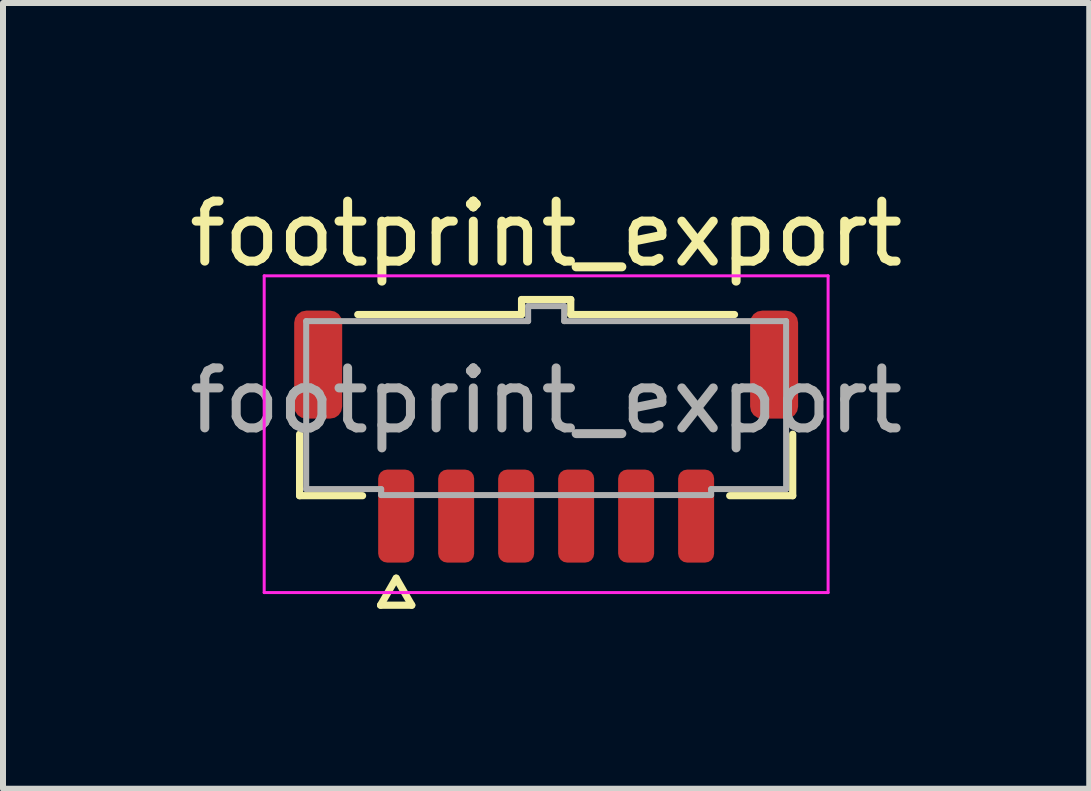
<source format=kicad_pcb>
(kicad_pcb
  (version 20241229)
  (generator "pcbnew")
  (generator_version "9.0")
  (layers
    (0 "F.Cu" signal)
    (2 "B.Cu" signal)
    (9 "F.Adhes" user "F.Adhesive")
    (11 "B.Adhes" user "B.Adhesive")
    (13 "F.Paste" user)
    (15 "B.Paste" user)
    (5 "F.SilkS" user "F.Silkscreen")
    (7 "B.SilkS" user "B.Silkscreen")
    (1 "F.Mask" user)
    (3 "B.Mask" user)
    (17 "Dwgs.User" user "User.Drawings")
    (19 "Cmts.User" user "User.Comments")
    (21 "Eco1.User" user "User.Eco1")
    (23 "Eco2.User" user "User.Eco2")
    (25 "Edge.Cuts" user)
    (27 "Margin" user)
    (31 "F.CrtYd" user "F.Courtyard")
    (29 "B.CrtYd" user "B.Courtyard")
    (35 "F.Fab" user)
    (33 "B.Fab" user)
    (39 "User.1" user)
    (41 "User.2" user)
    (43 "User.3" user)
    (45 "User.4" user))
  (footprint "footprint_export"
    (layer "F.Cu")
    (at 6.054 3.628)
    (property "Reference" "footprint_export" (at 0 -2.78 0) (layer "F.SilkS") (effects (font (size 1 1) (thickness 0.15))))
    (attr smd)
    (fp_line (start -4.11 1.585) (end -4.11 0.56) (stroke (width 0.12) (type solid)) (layer "F.SilkS"))
    (fp_line (start -3.14 -1.435) (end -0.41 -1.435) (stroke (width 0.12) (type solid)) (layer "F.SilkS"))
    (fp_line (start -3.06 1.585) (end -4.11 1.585) (stroke (width 0.12) (type solid)) (layer "F.SilkS"))
    (fp_line (start -2.76 3.41) (end -2.5 2.96) (stroke (width 0.12) (type solid)) (layer "F.SilkS"))
    (fp_line (start -2.5 2.96) (end -2.24 3.41) (stroke (width 0.12) (type solid)) (layer "F.SilkS"))
    (fp_line (start -2.24 3.41) (end -2.76 3.41) (stroke (width 0.12) (type solid)) (layer "F.SilkS"))
    (fp_line (start -0.41 -1.685) (end 0.41 -1.685) (stroke (width 0.12) (type solid)) (layer "F.SilkS"))
    (fp_line (start -0.41 -1.435) (end -0.41 -1.685) (stroke (width 0.12) (type solid)) (layer "F.SilkS"))
    (fp_line (start 0.41 -1.685) (end 0.41 -1.435) (stroke (width 0.12) (type solid)) (layer "F.SilkS"))
    (fp_line (start 0.41 -1.435) (end 3.14 -1.435) (stroke (width 0.12) (type solid)) (layer "F.SilkS"))
    (fp_line (start 4.11 0.56) (end 4.11 1.585) (stroke (width 0.12) (type solid)) (layer "F.SilkS"))
    (fp_line (start 4.11 1.585) (end 3.06 1.585) (stroke (width 0.12) (type solid)) (layer "F.SilkS"))
    (fp_line (start -4.7 -2.08) (end -4.7 3.2) (stroke (width 0.05) (type solid)) (layer "F.CrtYd"))
    (fp_line (start -4.7 3.2) (end 4.7 3.2) (stroke (width 0.05) (type solid)) (layer "F.CrtYd"))
    (fp_line (start 4.7 -2.08) (end -4.7 -2.08) (stroke (width 0.05) (type solid)) (layer "F.CrtYd"))
    (fp_line (start 4.7 3.2) (end 4.7 -2.08) (stroke (width 0.05) (type solid)) (layer "F.CrtYd"))
    (fp_line (start -4 -1.325) (end -0.3 -1.325) (stroke (width 0.1) (type solid)) (layer "F.Fab"))
    (fp_line (start -4 1.475) (end -4 -1.325) (stroke (width 0.1) (type solid)) (layer "F.Fab"))
    (fp_line (start -2.75 1.475) (end -4 1.475) (stroke (width 0.1) (type solid)) (layer "F.Fab"))
    (fp_line (start -2.75 1.575) (end -2.75 1.475) (stroke (width 0.1) (type solid)) (layer "F.Fab"))
    (fp_line (start -0.3 -1.575) (end 0.3 -1.575) (stroke (width 0.1) (type solid)) (layer "F.Fab"))
    (fp_line (start -0.3 -1.325) (end -0.3 -1.575) (stroke (width 0.1) (type solid)) (layer "F.Fab"))
    (fp_line (start 0.3 -1.575) (end 0.3 -1.325) (stroke (width 0.1) (type solid)) (layer "F.Fab"))
    (fp_line (start 0.3 -1.325) (end 4 -1.325) (stroke (width 0.1) (type solid)) (layer "F.Fab"))
    (fp_line (start 2.75 1.475) (end 2.75 1.575) (stroke (width 0.1) (type solid)) (layer "F.Fab"))
    (fp_line (start 2.75 1.575) (end -2.75 1.575) (stroke (width 0.1) (type solid)) (layer "F.Fab"))
    (fp_line (start 4 -1.325) (end 4 1.475) (stroke (width 0.1) (type solid)) (layer "F.Fab"))
    (fp_line (start 4 1.475) (end 2.75 1.475) (stroke (width 0.1) (type solid)) (layer "F.Fab"))
    (fp_text user "${REFERENCE}" (at 0 0 0) (layer "F.Fab") (effects (font (size 1 1) (thickness 0.15))))
    (pad "1" smd roundrect (at -2.5 1.925) (size 0.6 1.55) (layers "F.Cu" "F.Mask" "F.Paste") (roundrect_rratio 0.25))
    (pad "2" smd roundrect (at -1.5 1.925) (size 0.6 1.55) (layers "F.Cu" "F.Mask" "F.Paste") (roundrect_rratio 0.25))
    (pad "3" smd roundrect (at -0.5 1.925) (size 0.6 1.55) (layers "F.Cu" "F.Mask" "F.Paste") (roundrect_rratio 0.25))
    (pad "4" smd roundrect (at 0.5 1.925) (size 0.6 1.55) (layers "F.Cu" "F.Mask" "F.Paste") (roundrect_rratio 0.25))
    (pad "5" smd roundrect (at 1.5 1.925) (size 0.6 1.55) (layers "F.Cu" "F.Mask" "F.Paste") (roundrect_rratio 0.25))
    (pad "6" smd roundrect (at 2.5 1.925) (size 0.6 1.55) (layers "F.Cu" "F.Mask" "F.Paste") (roundrect_rratio 0.25))
    (pad "MP" smd roundrect (at -3.8 -0.6) (size 0.8 1.8) (layers "F.Cu" "F.Mask" "F.Paste") (roundrect_rratio 0.25))
    (pad "MP" smd roundrect (at 3.8 -0.6) (size 0.8 1.8) (layers "F.Cu" "F.Mask" "F.Paste") (roundrect_rratio 0.25)))
  (gr_rect
    (start -3 -3)
    (end 15.107 10.098)
    (stroke (width 0.1) (type default))
    (fill no)
    (layer "Edge.Cuts")))
</source>
